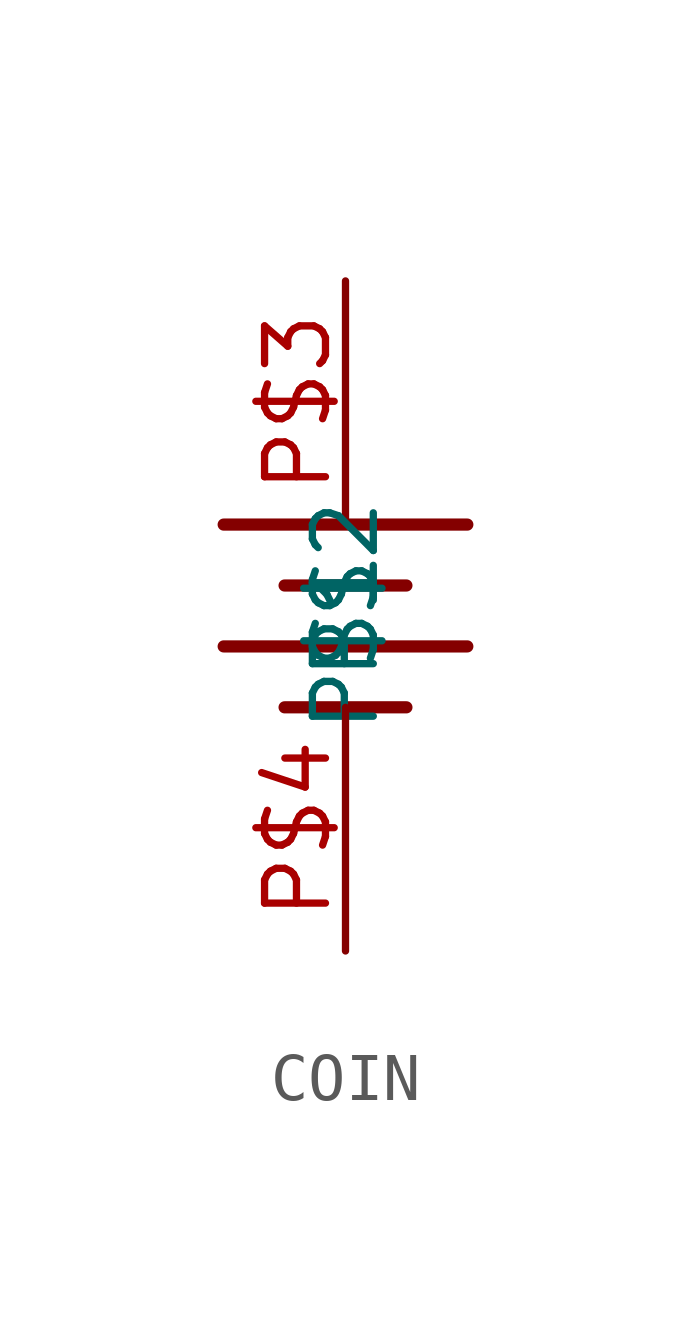
<source format=kicad_sym>
(kicad_symbol_lib
  (version 20211014)
  (generator kicad_symbol_editor)
  (symbol "COIN"
    (property "Reference" ""
      (at 0 0 0)
      (effects (font (size 1.27 1.27)) hide))
    (property "ki_locked" ""
      (at 0 0 0)
      (effects (font (size 1.27 1.27))))
    (symbol "COIN_1_0"
      (polyline (pts (xy -2.54 0) (xy 2.54 0)) (stroke (width 0.254) (type default) (color 0 0 0 0)) (fill (type none)))
      (polyline (pts (xy -2.54 2.54) (xy 2.54 2.54)) (stroke (width 0.254) (type default) (color 0 0 0 0)) (fill (type none)))
      (polyline (pts (xy -1.27 -1.27) (xy 1.27 -1.27)) (stroke (width 0.254) (type default) (color 0 0 0 0)) (fill (type none)))
      (polyline (pts (xy -1.27 1.27) (xy 1.27 1.27)) (stroke (width 0.254) (type default) (color 0 0 0 0)) (fill (type none)))
      (pin bidirectional line (at 0 7.62 270) (length 5.08) (name "P$1" (effects (font (size 1.27 1.27)))) (number "P$3" (effects (font (size 1.27 1.27)))))
      (pin bidirectional line (at 0 -6.35 90) (length 5.08) (name "P$2" (effects (font (size 1.27 1.27)))) (number "P$4" (effects (font (size 1.27 1.27))))))))
</source>
